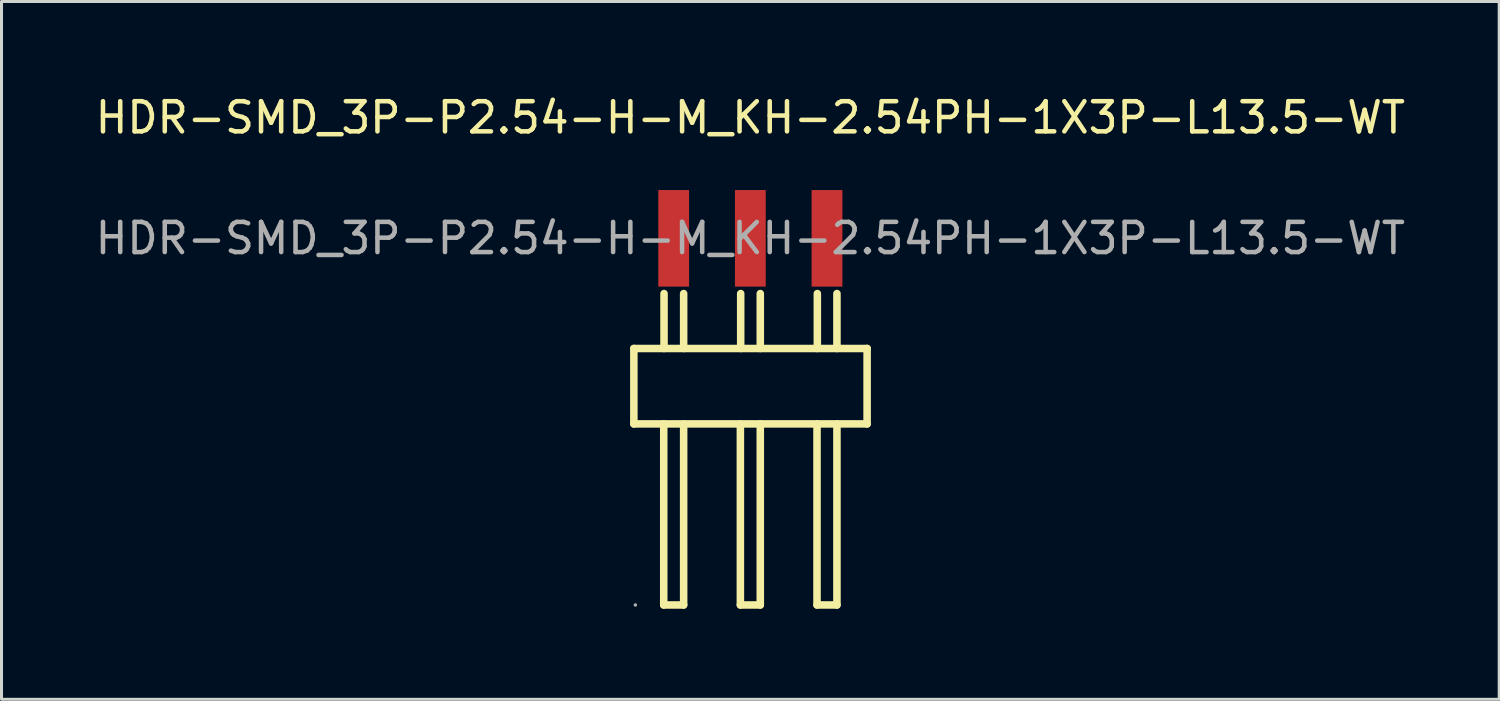
<source format=kicad_pcb>
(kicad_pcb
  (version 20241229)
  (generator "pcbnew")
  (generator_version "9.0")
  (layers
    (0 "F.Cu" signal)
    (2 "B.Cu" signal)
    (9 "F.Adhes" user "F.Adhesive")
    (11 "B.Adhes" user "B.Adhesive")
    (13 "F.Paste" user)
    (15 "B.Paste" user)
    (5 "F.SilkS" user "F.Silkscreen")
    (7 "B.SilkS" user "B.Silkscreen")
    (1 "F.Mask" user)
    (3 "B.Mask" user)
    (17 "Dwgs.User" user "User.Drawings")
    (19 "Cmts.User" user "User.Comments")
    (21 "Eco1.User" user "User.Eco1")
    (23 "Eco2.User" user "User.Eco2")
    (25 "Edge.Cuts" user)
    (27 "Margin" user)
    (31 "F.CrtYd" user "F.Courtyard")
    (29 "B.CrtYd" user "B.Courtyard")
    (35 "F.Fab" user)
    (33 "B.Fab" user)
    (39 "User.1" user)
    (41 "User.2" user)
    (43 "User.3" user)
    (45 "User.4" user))
  (footprint "HDR-SMD_3P-P2.54-H-M_KH-2.54PH-1X3P-L13.5-WT"
    (layer "F.Cu")
    (at 21.815 4.848)
    (property "Reference" "HDR-SMD_3P-P2.54-H-M_KH-2.54PH-1X3P-L13.5-WT" (at 0 -4 0) (layer "F.SilkS") (effects (font (size 1 1) (thickness 0.15))))
    (attr through_hole)
    (fp_line (start -3.86 3.65) (end -3.86 6.15) (stroke (width 0.25) (type solid)) (layer "F.SilkS"))
    (fp_line (start -3.86 6.15) (end 3.87 6.15) (stroke (width 0.25) (type solid)) (layer "F.SilkS"))
    (fp_line (start -2.87 6.15) (end -2.87 12.15) (stroke (width 0.25) (type solid)) (layer "F.SilkS"))
    (fp_line (start -2.87 12.15) (end -2.21 12.15) (stroke (width 0.25) (type solid)) (layer "F.SilkS"))
    (fp_line (start -2.86 1.83) (end -2.86 3.65) (stroke (width 0.25) (type solid)) (layer "F.SilkS"))
    (fp_line (start -2.21 1.83) (end -2.21 3.65) (stroke (width 0.25) (type solid)) (layer "F.SilkS"))
    (fp_line (start -2.21 12.15) (end -2.21 6.15) (stroke (width 0.25) (type solid)) (layer "F.SilkS"))
    (fp_line (start -0.33 6.15) (end -0.33 12.15) (stroke (width 0.25) (type solid)) (layer "F.SilkS"))
    (fp_line (start -0.33 12.15) (end 0.33 12.15) (stroke (width 0.25) (type solid)) (layer "F.SilkS"))
    (fp_line (start -0.32 1.83) (end -0.32 3.65) (stroke (width 0.25) (type solid)) (layer "F.SilkS"))
    (fp_line (start 0.33 1.83) (end 0.33 3.65) (stroke (width 0.25) (type solid)) (layer "F.SilkS"))
    (fp_line (start 0.33 12.15) (end 0.33 6.15) (stroke (width 0.25) (type solid)) (layer "F.SilkS"))
    (fp_line (start 2.21 6.15) (end 2.21 12.15) (stroke (width 0.25) (type solid)) (layer "F.SilkS"))
    (fp_line (start 2.21 12.15) (end 2.87 12.15) (stroke (width 0.25) (type solid)) (layer "F.SilkS"))
    (fp_line (start 2.22 1.83) (end 2.22 3.65) (stroke (width 0.25) (type solid)) (layer "F.SilkS"))
    (fp_line (start 2.87 1.83) (end 2.87 3.65) (stroke (width 0.25) (type solid)) (layer "F.SilkS"))
    (fp_line (start 2.87 12.15) (end 2.87 6.15) (stroke (width 0.25) (type solid)) (layer "F.SilkS"))
    (fp_line (start 3.87 3.65) (end -3.86 3.65) (stroke (width 0.25) (type solid)) (layer "F.SilkS"))
    (fp_line (start 3.87 3.65) (end 3.87 6.15) (stroke (width 0.25) (type solid)) (layer "F.SilkS"))
    (fp_circle (center -3.81 12.15) (end -3.78 12.15) (stroke (width 0.06) (type solid)) (fill no) (layer "F.Fab"))
    (fp_text user "${REFERENCE}" (at 0 0 0) (layer "F.Fab") (effects (font (size 1 1) (thickness 0.15))))
    (pad "1" smd rect (at -2.54 0) (size 1.02 3.2) (layers "F.Cu" "F.Mask" "F.Paste"))
    (pad "2" smd rect (at 0 0) (size 1.02 3.2) (layers "F.Cu" "F.Mask" "F.Paste"))
    (pad "3" smd rect (at 2.54 0) (size 1.02 3.2) (layers "F.Cu" "F.Mask" "F.Paste")))
  (gr_rect
    (start -3 -3)
    (end 46.631 20.123)
    (stroke (width 0.1) (type default))
    (fill no)
    (layer "Edge.Cuts")))
</source>
